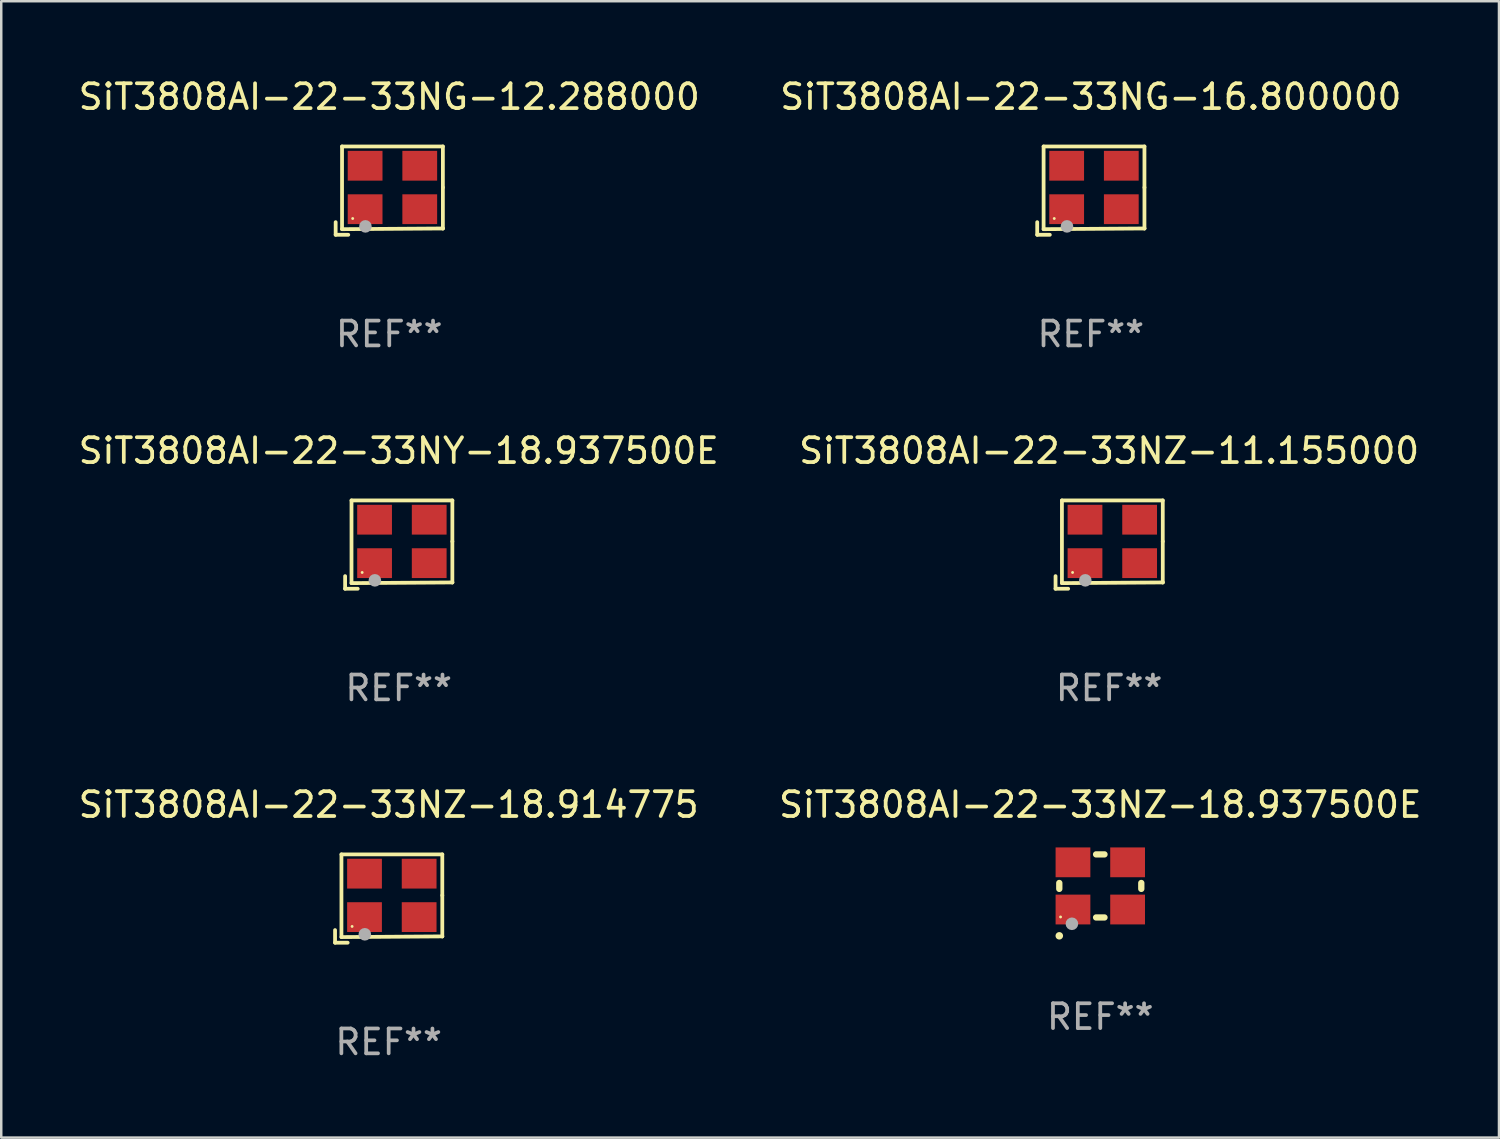
<source format=kicad_pcb>
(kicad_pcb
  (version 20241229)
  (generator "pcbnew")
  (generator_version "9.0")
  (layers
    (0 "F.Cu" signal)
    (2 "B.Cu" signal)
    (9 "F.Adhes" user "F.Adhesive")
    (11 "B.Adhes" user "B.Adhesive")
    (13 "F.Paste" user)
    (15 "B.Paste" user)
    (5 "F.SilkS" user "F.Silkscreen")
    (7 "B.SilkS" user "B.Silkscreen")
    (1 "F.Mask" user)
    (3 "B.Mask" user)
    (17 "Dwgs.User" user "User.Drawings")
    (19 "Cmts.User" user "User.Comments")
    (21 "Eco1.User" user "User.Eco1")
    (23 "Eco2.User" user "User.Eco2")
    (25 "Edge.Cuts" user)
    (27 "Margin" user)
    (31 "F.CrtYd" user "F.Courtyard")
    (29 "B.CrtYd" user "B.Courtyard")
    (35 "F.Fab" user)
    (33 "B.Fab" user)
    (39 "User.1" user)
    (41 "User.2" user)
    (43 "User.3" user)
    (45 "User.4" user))
  (footprint "SiT3808AI-22-33NZ-11.155000"
    (layer "F.Cu")
    (at 41.613 18.879)
    (property "Reference" "SiT3808AI-22-33NZ-11.155000" (at 0 -3.778 0) (layer "F.SilkS") (effects (font (size 1 1) (thickness 0.15))))
    (attr through_hole)
    (fp_line (start -2.159 1.27) (end -2.159 1.778) (stroke (width 0.152) (type solid)) (layer "F.SilkS"))
    (fp_line (start -2.159 1.778) (end -1.651 1.778) (stroke (width 0.152) (type solid)) (layer "F.SilkS"))
    (fp_line (start -1.902 -1.778) (end 2.159 -1.778) (stroke (width 0.152) (type solid)) (layer "F.SilkS"))
    (fp_line (start -1.902 1.552) (end -1.902 -1.778) (stroke (width 0.152) (type solid)) (layer "F.SilkS"))
    (fp_line (start 2.159 -1.778) (end 2.159 -0.127) (stroke (width 0.152) (type solid)) (layer "F.SilkS"))
    (fp_line (start 2.159 -0.127) (end 2.159 1.524) (stroke (width 0.152) (type solid)) (layer "F.SilkS"))
    (fp_line (start 2.159 1.524) (end -1.902 1.552) (stroke (width 0.152) (type solid)) (layer "F.SilkS"))
    (fp_line (start 2.159 1.524) (end 2.159 1.524) (stroke (width 0.152) (type solid)) (layer "F.SilkS"))
    (fp_circle (center -1.473 1.123) (end -1.443 1.123) (stroke (width 0.06) (type solid)) (fill no) (layer "F.SilkS"))
    (fp_circle (center -0.961 1.44) (end -0.834 1.44) (stroke (width 0.254) (type solid)) (fill no) (layer "F.Fab"))
    (fp_text user "REF**" (at 0 5.778 0) (layer "F.Fab") (effects (font (size 1 1) (thickness 0.15))))
    (pad "1" smd rect (at -0.973 0.748) (size 1.4 1.2) (layers "F.Cu" "F.Mask" "F.Paste"))
    (pad "2" smd rect (at 1.227 0.748) (size 1.4 1.2) (layers "F.Cu" "F.Mask" "F.Paste"))
    (pad "3" smd rect (at 1.227 -1.002) (size 1.4 1.2) (layers "F.Cu" "F.Mask" "F.Paste"))
    (pad "4" smd rect (at -0.973 -1.002) (size 1.4 1.2) (layers "F.Cu" "F.Mask" "F.Paste")))
  (footprint "SiT3808AI-22-33NY-18.937500E"
    (layer "F.Cu")
    (at 13.006 18.879)
    (property "Reference" "SiT3808AI-22-33NY-18.937500E" (at 0 -3.778 0) (layer "F.SilkS") (effects (font (size 1 1) (thickness 0.15))))
    (attr through_hole)
    (fp_line (start -2.159 1.27) (end -2.159 1.778) (stroke (width 0.152) (type solid)) (layer "F.SilkS"))
    (fp_line (start -2.159 1.778) (end -1.651 1.778) (stroke (width 0.152) (type solid)) (layer "F.SilkS"))
    (fp_line (start -1.902 -1.778) (end 2.159 -1.778) (stroke (width 0.152) (type solid)) (layer "F.SilkS"))
    (fp_line (start -1.902 1.552) (end -1.902 -1.778) (stroke (width 0.152) (type solid)) (layer "F.SilkS"))
    (fp_line (start 2.159 -1.778) (end 2.159 -0.127) (stroke (width 0.152) (type solid)) (layer "F.SilkS"))
    (fp_line (start 2.159 -0.127) (end 2.159 1.524) (stroke (width 0.152) (type solid)) (layer "F.SilkS"))
    (fp_line (start 2.159 1.524) (end -1.902 1.552) (stroke (width 0.152) (type solid)) (layer "F.SilkS"))
    (fp_line (start 2.159 1.524) (end 2.159 1.524) (stroke (width 0.152) (type solid)) (layer "F.SilkS"))
    (fp_circle (center -1.473 1.123) (end -1.443 1.123) (stroke (width 0.06) (type solid)) (fill no) (layer "F.SilkS"))
    (fp_circle (center -0.961 1.44) (end -0.834 1.44) (stroke (width 0.254) (type solid)) (fill no) (layer "F.Fab"))
    (fp_text user "REF**" (at 0 5.778 0) (layer "F.Fab") (effects (font (size 1 1) (thickness 0.15))))
    (pad "1" smd rect (at -0.973 0.748) (size 1.4 1.2) (layers "F.Cu" "F.Mask" "F.Paste"))
    (pad "2" smd rect (at 1.227 0.748) (size 1.4 1.2) (layers "F.Cu" "F.Mask" "F.Paste"))
    (pad "3" smd rect (at 1.227 -1.002) (size 1.4 1.2) (layers "F.Cu" "F.Mask" "F.Paste"))
    (pad "4" smd rect (at -0.973 -1.002) (size 1.4 1.2) (layers "F.Cu" "F.Mask" "F.Paste")))
  (footprint "SiT3808AI-22-33NZ-18.937500E"
    (layer "F.Cu")
    (at 41.256 32.624)
    (property "Reference" "SiT3808AI-22-33NZ-18.937500E" (at 0 -3.27 0) (layer "F.SilkS") (effects (font (size 1 1) (thickness 0.15))))
    (attr through_hole)
    (fp_line (start -1.651 -0.119) (end -1.651 0.119) (stroke (width 0.254) (type solid)) (layer "F.SilkS"))
    (fp_line (start -0.169 -1.27) (end 0.169 -1.27) (stroke (width 0.254) (type solid)) (layer "F.SilkS"))
    (fp_line (start -0.169 1.27) (end 0.169 1.27) (stroke (width 0.254) (type solid)) (layer "F.SilkS"))
    (fp_line (start 1.651 -0.119) (end 1.651 0.119) (stroke (width 0.254) (type solid)) (layer "F.SilkS"))
    (fp_arc (start -1.652273 2.008992) (mid -1.651003 2.008987) (end -1.649733 2.008992) (stroke (width 0.3) (type solid)) (layer "F.SilkS"))
    (fp_circle (center -1.6 1.25) (end -1.57 1.25) (stroke (width 0.06) (type solid)) (fill no) (layer "F.SilkS"))
    (fp_circle (center -1.143 1.524) (end -1.016 1.524) (stroke (width 0.254) (type solid)) (fill no) (layer "F.Fab"))
    (fp_text user "REF**" (at 0 5.27 0) (layer "F.Fab") (effects (font (size 1 1) (thickness 0.15))))
    (pad "1" smd rect (at -1.1 0.95) (size 1.4 1.2) (layers "F.Cu" "F.Mask" "F.Paste"))
    (pad "2" smd rect (at 1.1 0.95) (size 1.4 1.2) (layers "F.Cu" "F.Mask" "F.Paste"))
    (pad "3" smd rect (at 1.1 -0.95) (size 1.4 1.2) (layers "F.Cu" "F.Mask" "F.Paste"))
    (pad "4" smd rect (at -1.1 -0.95) (size 1.4 1.2) (layers "F.Cu" "F.Mask" "F.Paste")))
  (footprint "SiT3808AI-22-33NG-16.800000"
    (layer "F.Cu")
    (at 40.875 4.626)
    (property "Reference" "SiT3808AI-22-33NG-16.800000" (at 0 -3.778 0) (layer "F.SilkS") (effects (font (size 1 1) (thickness 0.15))))
    (attr through_hole)
    (fp_line (start -2.159 1.27) (end -2.159 1.778) (stroke (width 0.152) (type solid)) (layer "F.SilkS"))
    (fp_line (start -2.159 1.778) (end -1.651 1.778) (stroke (width 0.152) (type solid)) (layer "F.SilkS"))
    (fp_line (start -1.902 -1.778) (end 2.159 -1.778) (stroke (width 0.152) (type solid)) (layer "F.SilkS"))
    (fp_line (start -1.902 1.552) (end -1.902 -1.778) (stroke (width 0.152) (type solid)) (layer "F.SilkS"))
    (fp_line (start 2.159 -1.778) (end 2.159 -0.127) (stroke (width 0.152) (type solid)) (layer "F.SilkS"))
    (fp_line (start 2.159 -0.127) (end 2.159 1.524) (stroke (width 0.152) (type solid)) (layer "F.SilkS"))
    (fp_line (start 2.159 1.524) (end -1.902 1.552) (stroke (width 0.152) (type solid)) (layer "F.SilkS"))
    (fp_line (start 2.159 1.524) (end 2.159 1.524) (stroke (width 0.152) (type solid)) (layer "F.SilkS"))
    (fp_circle (center -1.473 1.123) (end -1.443 1.123) (stroke (width 0.06) (type solid)) (fill no) (layer "F.SilkS"))
    (fp_circle (center -0.961 1.44) (end -0.834 1.44) (stroke (width 0.254) (type solid)) (fill no) (layer "F.Fab"))
    (fp_text user "REF**" (at 0 5.778 0) (layer "F.Fab") (effects (font (size 1 1) (thickness 0.15))))
    (pad "1" smd rect (at -0.973 0.748) (size 1.4 1.2) (layers "F.Cu" "F.Mask" "F.Paste"))
    (pad "2" smd rect (at 1.227 0.748) (size 1.4 1.2) (layers "F.Cu" "F.Mask" "F.Paste"))
    (pad "3" smd rect (at 1.227 -1.002) (size 1.4 1.2) (layers "F.Cu" "F.Mask" "F.Paste"))
    (pad "4" smd rect (at -0.973 -1.002) (size 1.4 1.2) (layers "F.Cu" "F.Mask" "F.Paste")))
  (footprint "SiT3808AI-22-33NZ-18.914775"
    (layer "F.Cu")
    (at 12.601 33.132)
    (property "Reference" "SiT3808AI-22-33NZ-18.914775" (at 0 -3.778 0) (layer "F.SilkS") (effects (font (size 1 1) (thickness 0.15))))
    (attr through_hole)
    (fp_line (start -2.159 1.27) (end -2.159 1.778) (stroke (width 0.152) (type solid)) (layer "F.SilkS"))
    (fp_line (start -2.159 1.778) (end -1.651 1.778) (stroke (width 0.152) (type solid)) (layer "F.SilkS"))
    (fp_line (start -1.902 -1.778) (end 2.159 -1.778) (stroke (width 0.152) (type solid)) (layer "F.SilkS"))
    (fp_line (start -1.902 1.552) (end -1.902 -1.778) (stroke (width 0.152) (type solid)) (layer "F.SilkS"))
    (fp_line (start 2.159 -1.778) (end 2.159 -0.127) (stroke (width 0.152) (type solid)) (layer "F.SilkS"))
    (fp_line (start 2.159 -0.127) (end 2.159 1.524) (stroke (width 0.152) (type solid)) (layer "F.SilkS"))
    (fp_line (start 2.159 1.524) (end -1.902 1.552) (stroke (width 0.152) (type solid)) (layer "F.SilkS"))
    (fp_line (start 2.159 1.524) (end 2.159 1.524) (stroke (width 0.152) (type solid)) (layer "F.SilkS"))
    (fp_circle (center -1.473 1.123) (end -1.443 1.123) (stroke (width 0.06) (type solid)) (fill no) (layer "F.SilkS"))
    (fp_circle (center -0.961 1.44) (end -0.834 1.44) (stroke (width 0.254) (type solid)) (fill no) (layer "F.Fab"))
    (fp_text user "REF**" (at 0 5.778 0) (layer "F.Fab") (effects (font (size 1 1) (thickness 0.15))))
    (pad "1" smd rect (at -0.973 0.748) (size 1.4 1.2) (layers "F.Cu" "F.Mask" "F.Paste"))
    (pad "2" smd rect (at 1.227 0.748) (size 1.4 1.2) (layers "F.Cu" "F.Mask" "F.Paste"))
    (pad "3" smd rect (at 1.227 -1.002) (size 1.4 1.2) (layers "F.Cu" "F.Mask" "F.Paste"))
    (pad "4" smd rect (at -0.973 -1.002) (size 1.4 1.2) (layers "F.Cu" "F.Mask" "F.Paste")))
  (footprint "SiT3808AI-22-33NG-12.288000"
    (layer "F.Cu")
    (at 12.625 4.626)
    (property "Reference" "SiT3808AI-22-33NG-12.288000" (at 0 -3.778 0) (layer "F.SilkS") (effects (font (size 1 1) (thickness 0.15))))
    (attr through_hole)
    (fp_line (start -2.159 1.27) (end -2.159 1.778) (stroke (width 0.152) (type solid)) (layer "F.SilkS"))
    (fp_line (start -2.159 1.778) (end -1.651 1.778) (stroke (width 0.152) (type solid)) (layer "F.SilkS"))
    (fp_line (start -1.902 -1.778) (end 2.159 -1.778) (stroke (width 0.152) (type solid)) (layer "F.SilkS"))
    (fp_line (start -1.902 1.552) (end -1.902 -1.778) (stroke (width 0.152) (type solid)) (layer "F.SilkS"))
    (fp_line (start 2.159 -1.778) (end 2.159 -0.127) (stroke (width 0.152) (type solid)) (layer "F.SilkS"))
    (fp_line (start 2.159 -0.127) (end 2.159 1.524) (stroke (width 0.152) (type solid)) (layer "F.SilkS"))
    (fp_line (start 2.159 1.524) (end -1.902 1.552) (stroke (width 0.152) (type solid)) (layer "F.SilkS"))
    (fp_line (start 2.159 1.524) (end 2.159 1.524) (stroke (width 0.152) (type solid)) (layer "F.SilkS"))
    (fp_circle (center -1.473 1.123) (end -1.443 1.123) (stroke (width 0.06) (type solid)) (fill no) (layer "F.SilkS"))
    (fp_circle (center -0.961 1.44) (end -0.834 1.44) (stroke (width 0.254) (type solid)) (fill no) (layer "F.Fab"))
    (fp_text user "REF**" (at 0 5.778 0) (layer "F.Fab") (effects (font (size 1 1) (thickness 0.15))))
    (pad "1" smd rect (at -0.973 0.748) (size 1.4 1.2) (layers "F.Cu" "F.Mask" "F.Paste"))
    (pad "2" smd rect (at 1.227 0.748) (size 1.4 1.2) (layers "F.Cu" "F.Mask" "F.Paste"))
    (pad "3" smd rect (at 1.227 -1.002) (size 1.4 1.2) (layers "F.Cu" "F.Mask" "F.Paste"))
    (pad "4" smd rect (at -0.973 -1.002) (size 1.4 1.2) (layers "F.Cu" "F.Mask" "F.Paste")))
  (gr_rect
    (start -3 -3)
    (end 57.31 42.758)
    (stroke (width 0.1) (type default))
    (fill no)
    (layer "Edge.Cuts")))
</source>
